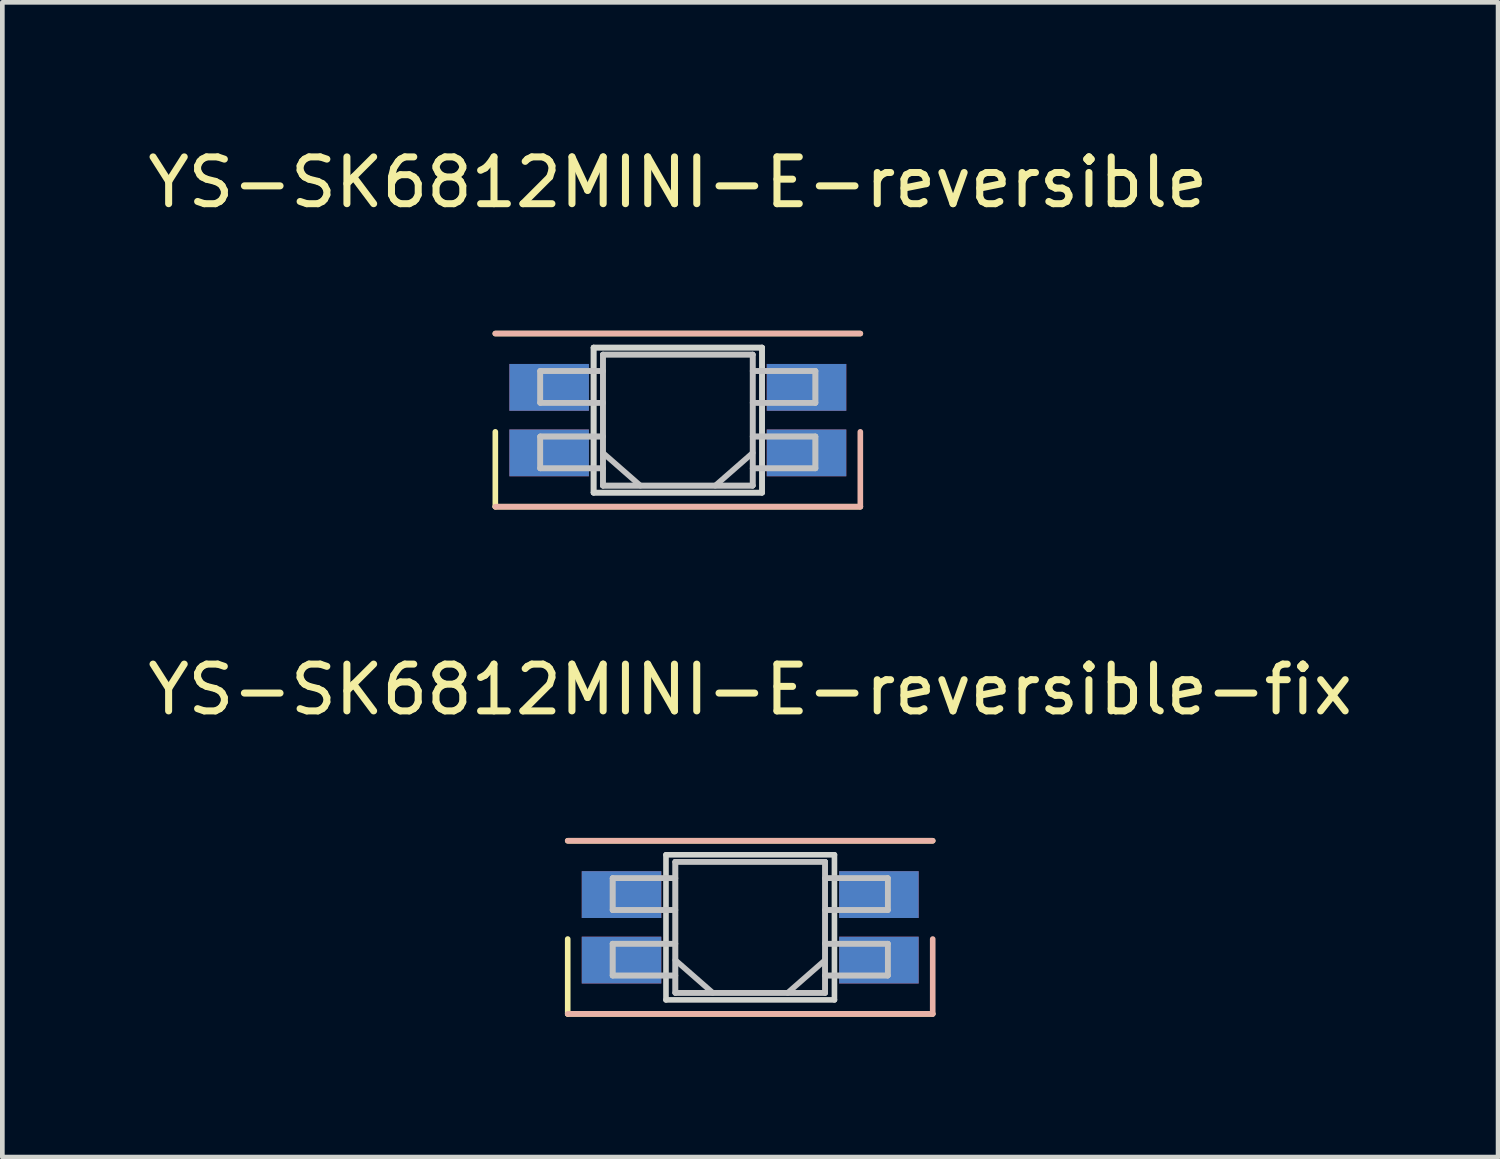
<source format=kicad_pcb>
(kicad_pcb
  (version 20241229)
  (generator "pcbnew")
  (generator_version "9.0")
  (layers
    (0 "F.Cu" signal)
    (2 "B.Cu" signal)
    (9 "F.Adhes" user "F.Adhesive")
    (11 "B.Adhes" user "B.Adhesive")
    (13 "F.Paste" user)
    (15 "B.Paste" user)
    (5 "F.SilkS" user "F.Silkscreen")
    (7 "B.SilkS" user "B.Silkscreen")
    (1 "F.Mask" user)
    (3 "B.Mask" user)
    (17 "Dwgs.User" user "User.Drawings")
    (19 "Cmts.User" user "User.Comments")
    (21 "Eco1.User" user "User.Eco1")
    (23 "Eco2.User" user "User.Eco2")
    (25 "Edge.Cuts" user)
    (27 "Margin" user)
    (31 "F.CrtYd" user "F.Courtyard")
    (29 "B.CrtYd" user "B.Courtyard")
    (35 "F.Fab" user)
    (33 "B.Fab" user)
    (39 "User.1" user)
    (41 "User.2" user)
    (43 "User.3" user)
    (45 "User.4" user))
  (footprint "YS-SK6812MINI-E-reversible-fix"
    (layer "F.Cu")
    (at 12.982 16.767)
    (property "Reference" "YS-SK6812MINI-E-reversible-fix" (at 0 -5.08 0) (layer "F.SilkS") (effects (font (size 1 1) (thickness 0.15))))
    (attr through_hole)
    (fp_line (start -3.9 0.25) (end -3.9 1.85) (stroke (width 0.12) (type solid)) (layer "F.SilkS"))
    (fp_line (start -3.9 1.85) (end 3.9 1.85) (stroke (width 0.12) (type solid)) (layer "F.SilkS"))
    (fp_line (start 3.9 -1.85) (end -3.9 -1.85) (stroke (width 0.12) (type solid)) (layer "F.SilkS"))
    (fp_line (start -3.9 -1.85) (end 3.9 -1.85) (stroke (width 0.12) (type solid)) (layer "B.SilkS"))
    (fp_line (start 3.9 0.25) (end 3.9 1.85) (stroke (width 0.12) (type solid)) (layer "B.SilkS"))
    (fp_line (start 3.9 1.85) (end -3.9 1.85) (stroke (width 0.12) (type solid)) (layer "B.SilkS"))
    (fp_line (start -2.94 -1.05) (end -2.94 -0.37) (stroke (width 0.12) (type solid)) (layer "Dwgs.User"))
    (fp_line (start -2.94 -1.05) (end -1.6 -1.05) (stroke (width 0.12) (type solid)) (layer "Dwgs.User"))
    (fp_line (start -2.94 -0.37) (end -2.94 -1.05) (stroke (width 0.12) (type solid)) (layer "Dwgs.User"))
    (fp_line (start -2.94 -0.37) (end -1.6 -0.37) (stroke (width 0.12) (type solid)) (layer "Dwgs.User"))
    (fp_line (start -2.94 0.35) (end -2.94 1.03) (stroke (width 0.12) (type solid)) (layer "Dwgs.User"))
    (fp_line (start -2.94 0.35) (end -1.6 0.35) (stroke (width 0.12) (type solid)) (layer "Dwgs.User"))
    (fp_line (start -2.94 1.03) (end -2.94 0.35) (stroke (width 0.12) (type solid)) (layer "Dwgs.User"))
    (fp_line (start -2.94 1.03) (end -1.6 1.03) (stroke (width 0.12) (type solid)) (layer "Dwgs.User"))
    (fp_line (start -1.6 -1.4) (end -1.6 1.4) (stroke (width 0.12) (type solid)) (layer "Dwgs.User"))
    (fp_line (start -1.6 -1.4) (end -1.6 1.4) (stroke (width 0.12) (type solid)) (layer "Dwgs.User"))
    (fp_line (start -1.6 -1.4) (end 1.6 -1.4) (stroke (width 0.12) (type solid)) (layer "Dwgs.User"))
    (fp_line (start -1.6 -1.05) (end -2.94 -1.05) (stroke (width 0.12) (type solid)) (layer "Dwgs.User"))
    (fp_line (start -1.6 -0.37) (end -2.94 -0.37) (stroke (width 0.12) (type solid)) (layer "Dwgs.User"))
    (fp_line (start -1.6 0.35) (end -2.94 0.35) (stroke (width 0.12) (type solid)) (layer "Dwgs.User"))
    (fp_line (start -1.6 0.7) (end -0.8 1.4) (stroke (width 0.12) (type solid)) (layer "Dwgs.User"))
    (fp_line (start -1.6 1.03) (end -2.94 1.03) (stroke (width 0.12) (type solid)) (layer "Dwgs.User"))
    (fp_line (start -1.6 1.4) (end 1.6 1.4) (stroke (width 0.12) (type solid)) (layer "Dwgs.User"))
    (fp_line (start 1.6 -1.4) (end -1.6 -1.4) (stroke (width 0.12) (type solid)) (layer "Dwgs.User"))
    (fp_line (start 1.6 -1.4) (end 1.6 1.4) (stroke (width 0.12) (type solid)) (layer "Dwgs.User"))
    (fp_line (start 1.6 -1.4) (end 1.6 1.4) (stroke (width 0.12) (type solid)) (layer "Dwgs.User"))
    (fp_line (start 1.6 -1.05) (end 2.94 -1.05) (stroke (width 0.12) (type solid)) (layer "Dwgs.User"))
    (fp_line (start 1.6 -0.37) (end 2.94 -0.37) (stroke (width 0.12) (type solid)) (layer "Dwgs.User"))
    (fp_line (start 1.6 0.35) (end 2.94 0.35) (stroke (width 0.12) (type solid)) (layer "Dwgs.User"))
    (fp_line (start 1.6 0.7) (end 0.8 1.4) (stroke (width 0.12) (type solid)) (layer "Dwgs.User"))
    (fp_line (start 1.6 1.03) (end 2.94 1.03) (stroke (width 0.12) (type solid)) (layer "Dwgs.User"))
    (fp_line (start 1.6 1.4) (end -1.6 1.4) (stroke (width 0.12) (type solid)) (layer "Dwgs.User"))
    (fp_line (start 2.94 -1.05) (end 1.6 -1.05) (stroke (width 0.12) (type solid)) (layer "Dwgs.User"))
    (fp_line (start 2.94 -1.05) (end 2.94 -0.37) (stroke (width 0.12) (type solid)) (layer "Dwgs.User"))
    (fp_line (start 2.94 -0.37) (end 1.6 -0.37) (stroke (width 0.12) (type solid)) (layer "Dwgs.User"))
    (fp_line (start 2.94 -0.37) (end 2.94 -1.05) (stroke (width 0.12) (type solid)) (layer "Dwgs.User"))
    (fp_line (start 2.94 0.35) (end 1.6 0.35) (stroke (width 0.12) (type solid)) (layer "Dwgs.User"))
    (fp_line (start 2.94 0.35) (end 2.94 1.03) (stroke (width 0.12) (type solid)) (layer "Dwgs.User"))
    (fp_line (start 2.94 1.03) (end 1.6 1.03) (stroke (width 0.12) (type solid)) (layer "Dwgs.User"))
    (fp_line (start 2.94 1.03) (end 2.94 0.35) (stroke (width 0.12) (type solid)) (layer "Dwgs.User"))
    (fp_line (start -1.8 -1.55) (end 1.8 -1.55) (stroke (width 0.12) (type solid)) (layer "Edge.Cuts"))
    (fp_line (start -1.8 1.55) (end -1.8 -1.55) (stroke (width 0.12) (type solid)) (layer "Edge.Cuts"))
    (fp_line (start -1.8 1.55) (end 1.8 1.55) (stroke (width 0.12) (type solid)) (layer "Edge.Cuts"))
    (fp_line (start 1.8 1.55) (end 1.8 -1.55) (stroke (width 0.12) (type solid)) (layer "Edge.Cuts"))
    (pad "1" smd rect (at -2.75 -0.7) (size 1.7 1) (layers "B.Cu" "B.Mask" "B.Paste"))
    (pad "1" smd rect (at 2.75 -0.7) (size 1.7 1) (layers "F.Cu" "F.Mask" "F.Paste"))
    (pad "2" smd rect (at -2.75 0.7) (size 1.7 1) (layers "B.Cu" "B.Mask" "B.Paste"))
    (pad "2" smd rect (at 2.75 0.7) (size 1.7 1) (layers "F.Cu" "F.Mask" "F.Paste"))
    (pad "3" smd rect (at -2.75 0.7) (size 1.7 1) (layers "F.Cu" "F.Mask" "F.Paste"))
    (pad "3" smd rect (at 2.75 0.7) (size 1.7 1) (layers "B.Cu" "B.Mask" "B.Paste"))
    (pad "4" smd rect (at -2.75 -0.7) (size 1.7 1) (layers "F.Cu" "F.Mask" "F.Paste"))
    (pad "4" smd rect (at 2.75 -0.7) (size 1.7 1) (layers "B.Cu" "B.Mask" "B.Paste")))
  (footprint "YS-SK6812MINI-E-reversible"
    (layer "F.Cu")
    (at 11.435 5.928)
    (property "Reference" "YS-SK6812MINI-E-reversible" (at 0 -5.08 0) (layer "F.SilkS") (effects (font (size 1 1) (thickness 0.15))))
    (attr through_hole)
    (fp_line (start -3.9 0.25) (end -3.9 1.85) (stroke (width 0.12) (type solid)) (layer "F.SilkS"))
    (fp_line (start -3.9 1.85) (end 3.9 1.85) (stroke (width 0.12) (type solid)) (layer "F.SilkS"))
    (fp_line (start 3.9 -1.85) (end -3.9 -1.85) (stroke (width 0.12) (type solid)) (layer "F.SilkS"))
    (fp_line (start -3.9 -1.85) (end 3.9 -1.85) (stroke (width 0.12) (type solid)) (layer "B.SilkS"))
    (fp_line (start 3.9 0.25) (end 3.9 1.85) (stroke (width 0.12) (type solid)) (layer "B.SilkS"))
    (fp_line (start 3.9 1.85) (end -3.9 1.85) (stroke (width 0.12) (type solid)) (layer "B.SilkS"))
    (fp_line (start -2.94 -1.05) (end -2.94 -0.37) (stroke (width 0.12) (type solid)) (layer "Dwgs.User"))
    (fp_line (start -2.94 -1.05) (end -1.6 -1.05) (stroke (width 0.12) (type solid)) (layer "Dwgs.User"))
    (fp_line (start -2.94 -0.37) (end -2.94 -1.05) (stroke (width 0.12) (type solid)) (layer "Dwgs.User"))
    (fp_line (start -2.94 -0.37) (end -1.6 -0.37) (stroke (width 0.12) (type solid)) (layer "Dwgs.User"))
    (fp_line (start -2.94 0.35) (end -2.94 1.03) (stroke (width 0.12) (type solid)) (layer "Dwgs.User"))
    (fp_line (start -2.94 0.35) (end -1.6 0.35) (stroke (width 0.12) (type solid)) (layer "Dwgs.User"))
    (fp_line (start -2.94 1.03) (end -2.94 0.35) (stroke (width 0.12) (type solid)) (layer "Dwgs.User"))
    (fp_line (start -2.94 1.03) (end -1.6 1.03) (stroke (width 0.12) (type solid)) (layer "Dwgs.User"))
    (fp_line (start -1.6 -1.4) (end -1.6 1.4) (stroke (width 0.12) (type solid)) (layer "Dwgs.User"))
    (fp_line (start -1.6 -1.4) (end -1.6 1.4) (stroke (width 0.12) (type solid)) (layer "Dwgs.User"))
    (fp_line (start -1.6 -1.4) (end 1.6 -1.4) (stroke (width 0.12) (type solid)) (layer "Dwgs.User"))
    (fp_line (start -1.6 -1.05) (end -2.94 -1.05) (stroke (width 0.12) (type solid)) (layer "Dwgs.User"))
    (fp_line (start -1.6 -0.37) (end -2.94 -0.37) (stroke (width 0.12) (type solid)) (layer "Dwgs.User"))
    (fp_line (start -1.6 0.35) (end -2.94 0.35) (stroke (width 0.12) (type solid)) (layer "Dwgs.User"))
    (fp_line (start -1.6 0.7) (end -0.8 1.4) (stroke (width 0.12) (type solid)) (layer "Dwgs.User"))
    (fp_line (start -1.6 1.03) (end -2.94 1.03) (stroke (width 0.12) (type solid)) (layer "Dwgs.User"))
    (fp_line (start -1.6 1.4) (end 1.6 1.4) (stroke (width 0.12) (type solid)) (layer "Dwgs.User"))
    (fp_line (start 1.6 -1.4) (end -1.6 -1.4) (stroke (width 0.12) (type solid)) (layer "Dwgs.User"))
    (fp_line (start 1.6 -1.4) (end 1.6 1.4) (stroke (width 0.12) (type solid)) (layer "Dwgs.User"))
    (fp_line (start 1.6 -1.4) (end 1.6 1.4) (stroke (width 0.12) (type solid)) (layer "Dwgs.User"))
    (fp_line (start 1.6 -1.05) (end 2.94 -1.05) (stroke (width 0.12) (type solid)) (layer "Dwgs.User"))
    (fp_line (start 1.6 -0.37) (end 2.94 -0.37) (stroke (width 0.12) (type solid)) (layer "Dwgs.User"))
    (fp_line (start 1.6 0.35) (end 2.94 0.35) (stroke (width 0.12) (type solid)) (layer "Dwgs.User"))
    (fp_line (start 1.6 0.7) (end 0.8 1.4) (stroke (width 0.12) (type solid)) (layer "Dwgs.User"))
    (fp_line (start 1.6 1.03) (end 2.94 1.03) (stroke (width 0.12) (type solid)) (layer "Dwgs.User"))
    (fp_line (start 1.6 1.4) (end -1.6 1.4) (stroke (width 0.12) (type solid)) (layer "Dwgs.User"))
    (fp_line (start 2.94 -1.05) (end 1.6 -1.05) (stroke (width 0.12) (type solid)) (layer "Dwgs.User"))
    (fp_line (start 2.94 -1.05) (end 2.94 -0.37) (stroke (width 0.12) (type solid)) (layer "Dwgs.User"))
    (fp_line (start 2.94 -0.37) (end 1.6 -0.37) (stroke (width 0.12) (type solid)) (layer "Dwgs.User"))
    (fp_line (start 2.94 -0.37) (end 2.94 -1.05) (stroke (width 0.12) (type solid)) (layer "Dwgs.User"))
    (fp_line (start 2.94 0.35) (end 1.6 0.35) (stroke (width 0.12) (type solid)) (layer "Dwgs.User"))
    (fp_line (start 2.94 0.35) (end 2.94 1.03) (stroke (width 0.12) (type solid)) (layer "Dwgs.User"))
    (fp_line (start 2.94 1.03) (end 1.6 1.03) (stroke (width 0.12) (type solid)) (layer "Dwgs.User"))
    (fp_line (start 2.94 1.03) (end 2.94 0.35) (stroke (width 0.12) (type solid)) (layer "Dwgs.User"))
    (fp_line (start -1.8 -1.55) (end -1.8 1.55) (stroke (width 0.12) (type solid)) (layer "Edge.Cuts"))
    (fp_line (start -1.8 -1.55) (end 1.8 -1.55) (stroke (width 0.12) (type solid)) (layer "Edge.Cuts"))
    (fp_line (start -1.8 1.55) (end -1.8 -1.55) (stroke (width 0.12) (type solid)) (layer "Edge.Cuts"))
    (fp_line (start -1.8 1.55) (end 1.8 1.55) (stroke (width 0.12) (type solid)) (layer "Edge.Cuts"))
    (fp_line (start 1.8 -1.55) (end -1.8 -1.55) (stroke (width 0.12) (type solid)) (layer "Edge.Cuts"))
    (fp_line (start 1.8 -1.55) (end 1.8 1.55) (stroke (width 0.12) (type solid)) (layer "Edge.Cuts"))
    (fp_line (start 1.8 1.55) (end -1.8 1.55) (stroke (width 0.12) (type solid)) (layer "Edge.Cuts"))
    (fp_line (start 1.8 1.55) (end 1.8 -1.55) (stroke (width 0.12) (type solid)) (layer "Edge.Cuts"))
    (pad "1" smd rect (at -2.75 -0.7) (size 1.7 1) (layers "B.Cu" "B.Mask" "B.Paste"))
    (pad "1" smd rect (at 2.75 -0.7) (size 1.7 1) (layers "F.Cu" "F.Mask" "F.Paste"))
    (pad "2" smd rect (at -2.75 0.7) (size 1.7 1) (layers "B.Cu" "B.Mask" "B.Paste"))
    (pad "2" smd rect (at 2.75 0.7) (size 1.7 1) (layers "F.Cu" "F.Mask" "F.Paste"))
    (pad "3" smd rect (at -2.75 0.7) (size 1.7 1) (layers "F.Cu" "F.Mask" "F.Paste"))
    (pad "3" smd rect (at 2.75 0.7) (size 1.7 1) (layers "B.Cu" "B.Mask" "B.Paste"))
    (pad "4" smd rect (at -2.75 -0.7) (size 1.7 1) (layers "F.Cu" "F.Mask" "F.Paste"))
    (pad "4" smd rect (at 2.75 -0.7) (size 1.7 1) (layers "B.Cu" "B.Mask" "B.Paste")))
  (gr_rect
    (start -3 -3)
    (end 28.964 21.677)
    (stroke (width 0.1) (type default))
    (fill no)
    (layer "Edge.Cuts")))
</source>
